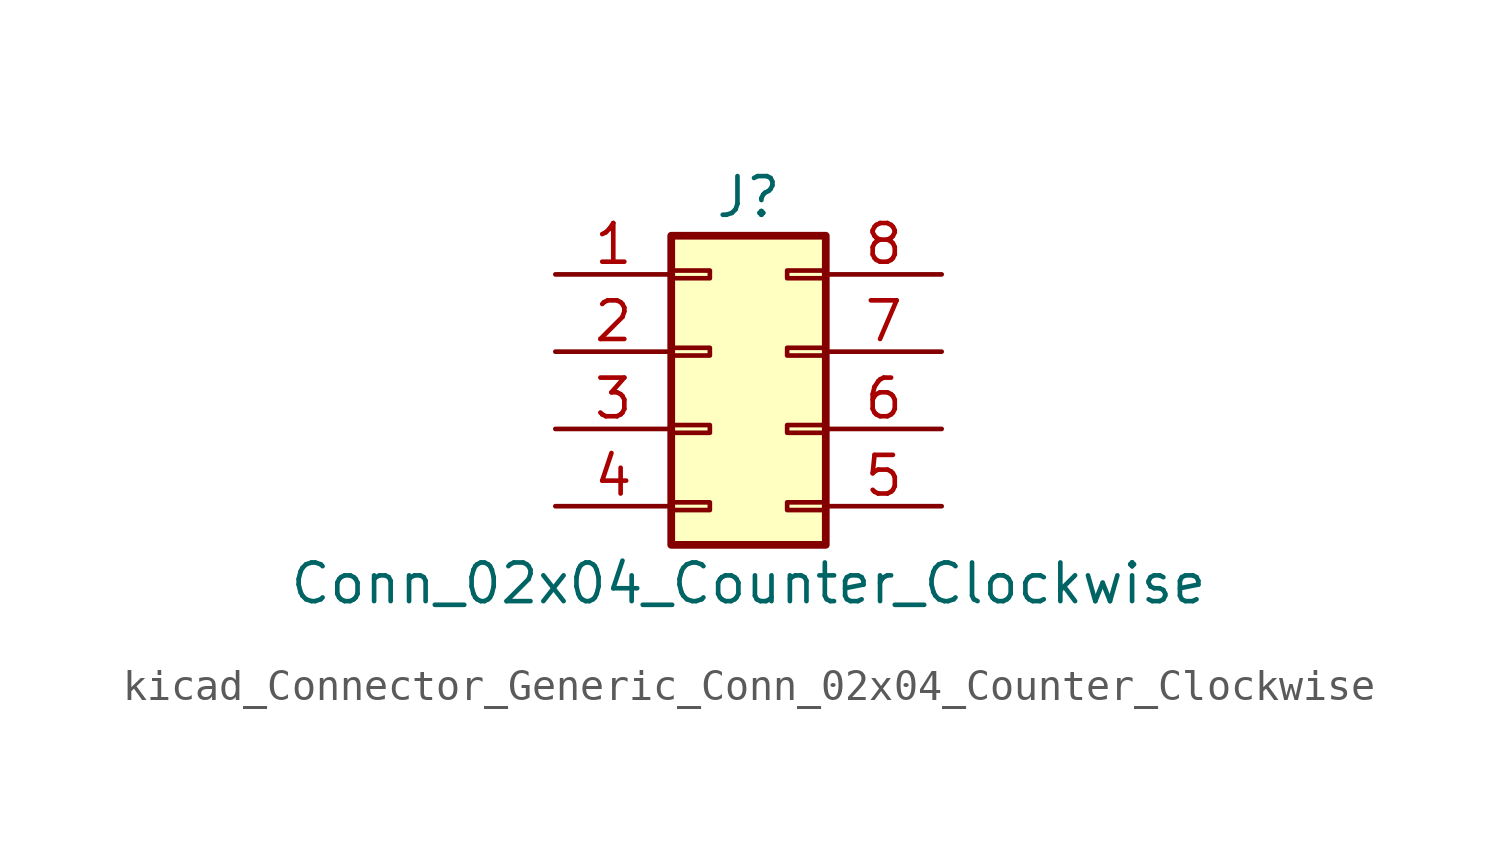
<source format=kicad_sym>
(kicad_symbol_lib
  (version 20220914)
  (generator kicad_symbol_editor)
  (symbol "kicad_Connector_Generic_Conn_02x04_Counter_Clockwise"
    (pin_names
      (offset 1.016) hide)
    (property "Reference" "J"
      (at 1.27 5.08 0)
      (effects (font (size 1.27 1.27))))
    (property "Value" "Conn_02x04_Counter_Clockwise"
      (at 1.27 -7.62 0)
      (effects (font (size 1.27 1.27))))
    (symbol "kicad_Connector_Generic_Conn_02x04_Counter_Clockwise_1_1"
      (rectangle (start -1.27 -4.953) (end 0 -5.207) (stroke (width 0.152) (type default)) (fill (type none)))
      (rectangle (start -1.27 -2.413) (end 0 -2.667) (stroke (width 0.152) (type default)) (fill (type none)))
      (rectangle (start -1.27 0.127) (end 0 -0.127) (stroke (width 0.152) (type default)) (fill (type none)))
      (rectangle (start -1.27 2.667) (end 0 2.413) (stroke (width 0.152) (type default)) (fill (type none)))
      (rectangle (start -1.27 3.81) (end 3.81 -6.35) (stroke (width 0.254) (type default)) (fill (type background)))
      (rectangle (start 3.81 -4.953) (end 2.54 -5.207) (stroke (width 0.152) (type default)) (fill (type none)))
      (rectangle (start 3.81 -2.413) (end 2.54 -2.667) (stroke (width 0.152) (type default)) (fill (type none)))
      (rectangle (start 3.81 0.127) (end 2.54 -0.127) (stroke (width 0.152) (type default)) (fill (type none)))
      (rectangle (start 3.81 2.667) (end 2.54 2.413) (stroke (width 0.152) (type default)) (fill (type none)))
      (pin passive line (at -5.08 2.54 0) (length 3.81) (name "Pin_1" (effects (font (size 1.27 1.27)))) (number "1" (effects (font (size 1.27 1.27)))))
      (pin passive line (at -5.08 0 0) (length 3.81) (name "Pin_2" (effects (font (size 1.27 1.27)))) (number "2" (effects (font (size 1.27 1.27)))))
      (pin passive line (at -5.08 -2.54 0) (length 3.81) (name "Pin_3" (effects (font (size 1.27 1.27)))) (number "3" (effects (font (size 1.27 1.27)))))
      (pin passive line (at -5.08 -5.08 0) (length 3.81) (name "Pin_4" (effects (font (size 1.27 1.27)))) (number "4" (effects (font (size 1.27 1.27)))))
      (pin passive line (at 7.62 -5.08 180) (length 3.81) (name "Pin_5" (effects (font (size 1.27 1.27)))) (number "5" (effects (font (size 1.27 1.27)))))
      (pin passive line (at 7.62 -2.54 180) (length 3.81) (name "Pin_6" (effects (font (size 1.27 1.27)))) (number "6" (effects (font (size 1.27 1.27)))))
      (pin passive line (at 7.62 0 180) (length 3.81) (name "Pin_7" (effects (font (size 1.27 1.27)))) (number "7" (effects (font (size 1.27 1.27)))))
      (pin passive line (at 7.62 2.54 180) (length 3.81) (name "Pin_8" (effects (font (size 1.27 1.27)))) (number "8" (effects (font (size 1.27 1.27))))))))
</source>
